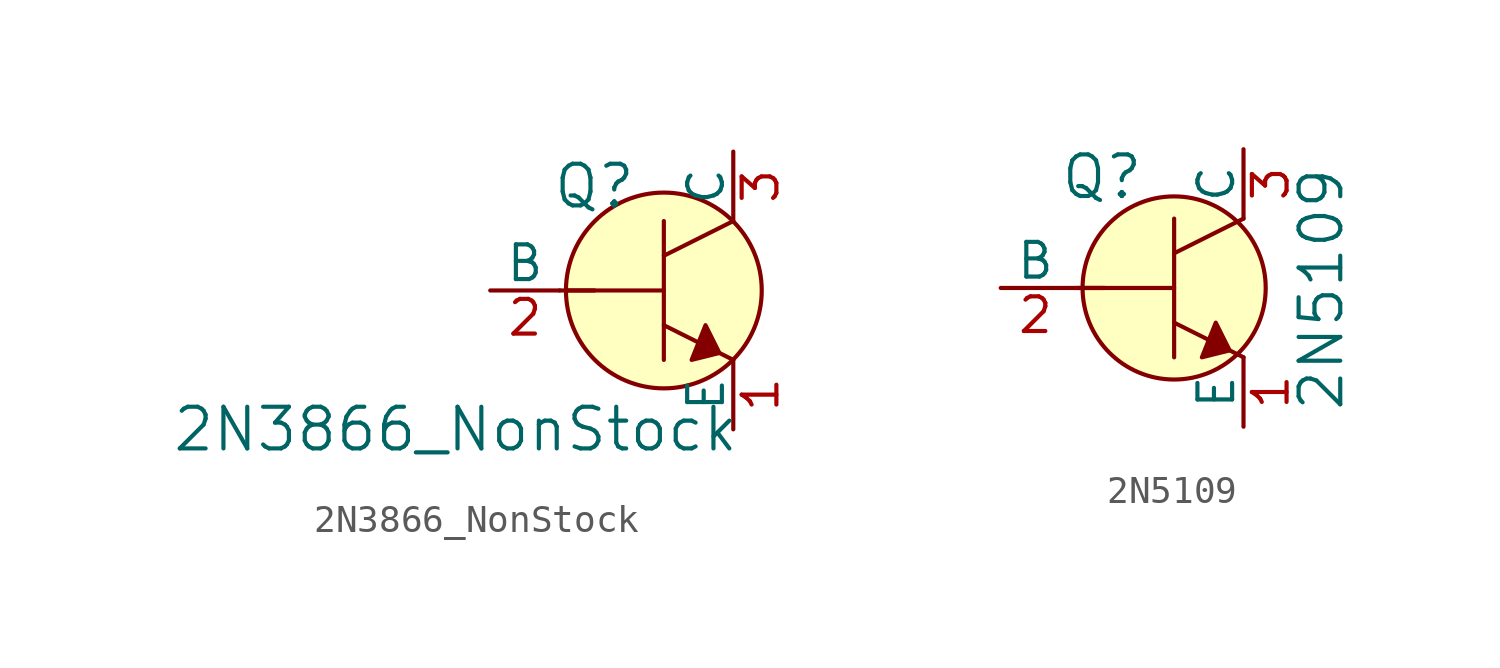
<source format=kicad_sym>
(kicad_symbol_lib
  (version 20220914)
  (generator kicad_symbol_editor)
  (symbol "2N3866_NonStock"
    (pin_names
      (offset 0))
    (property "Reference" "Q"
      (at -2.54 3.81 0)
      (effects (font (size 1.524 1.524))))
    (property "Value" "2N3866_NonStock"
      (at -7.62 -5.08 0)
      (effects (font (size 1.524 1.524))))
    (symbol "2N3866_NonStock_0_1"
      (polyline (pts (xy -3.81 0) (xy -2.54 0)) (stroke (width 0) (type solid)) (fill (type none)))
      (polyline (pts (xy -3.556 0) (xy 0 0)) (stroke (width 0) (type solid)) (fill (type none)))
      (polyline (pts (xy 0 -1.27) (xy 2.54 -2.54)) (stroke (width 0) (type solid)) (fill (type none)))
      (polyline (pts (xy 0 1.27) (xy 2.54 2.54)) (stroke (width 0) (type solid)) (fill (type none)))
      (polyline (pts (xy 0 2.54) (xy 0 -2.54)) (stroke (width 0) (type solid)) (fill (type none)))
      (polyline (pts (xy 1.524 -1.27) (xy 2.032 -2.286) (xy 1.016 -2.54) (xy 1.524 -1.27)) (stroke (width 0) (type solid)) (fill (type outline)))
      (circle (center 0 0) (radius 3.581) (stroke (width 0) (type solid)) (fill (type background))))
    (symbol "2N3866_NonStock_1_1"
      (pin input line (at 2.54 -5.08 90) (length 2.54) (name "E" (effects (font (size 1.27 1.27)))) (number "1" (effects (font (size 1.27 1.27)))))
      (pin input line (at -6.35 0 0) (length 2.54) (name "B" (effects (font (size 1.27 1.27)))) (number "2" (effects (font (size 1.27 1.27)))))
      (pin input line (at 2.54 5.08 270) (length 2.54) (name "C" (effects (font (size 1.27 1.27)))) (number "3" (effects (font (size 1.27 1.27)))))))
  (symbol "2N5109"
    (pin_names
      (offset 0))
    (property "Reference" "Q"
      (at -5.182 4.064 0)
      (effects (font (size 1.524 1.524))))
    (property "Value" "2N5109"
      (at 2.845 -0.051 90)
      (effects (font (size 1.524 1.524))))
    (symbol "2N5109_0_1"
      (circle (center -2.54 0) (radius 3.353) (stroke (width 0) (type solid)) (fill (type background)))
      (polyline (pts (xy -6.35 0) (xy -5.08 0)) (stroke (width 0) (type solid)) (fill (type none)))
      (polyline (pts (xy -6.096 0) (xy -2.54 0)) (stroke (width 0) (type solid)) (fill (type none)))
      (polyline (pts (xy -2.54 -1.27) (xy 0 -2.54)) (stroke (width 0) (type solid)) (fill (type none)))
      (polyline (pts (xy -2.54 1.27) (xy 0 2.54)) (stroke (width 0) (type solid)) (fill (type none)))
      (polyline (pts (xy -2.54 2.54) (xy -2.54 -2.54)) (stroke (width 0) (type solid)) (fill (type none)))
      (polyline (pts (xy -1.016 -1.27) (xy -0.508 -2.286) (xy -1.524 -2.54) (xy -1.016 -1.27)) (stroke (width 0) (type solid)) (fill (type outline))))
    (symbol "2N5109_1_1"
      (pin passive line (at 0 -5.08 90) (length 2.54) (name "E" (effects (font (size 1.27 1.27)))) (number "1" (effects (font (size 1.27 1.27)))))
      (pin input line (at -8.89 0 0) (length 2.54) (name "B" (effects (font (size 1.27 1.27)))) (number "2" (effects (font (size 1.27 1.27)))))
      (pin passive line (at 0 5.08 270) (length 2.54) (name "C" (effects (font (size 1.27 1.27)))) (number "3" (effects (font (size 1.27 1.27))))))))
</source>
